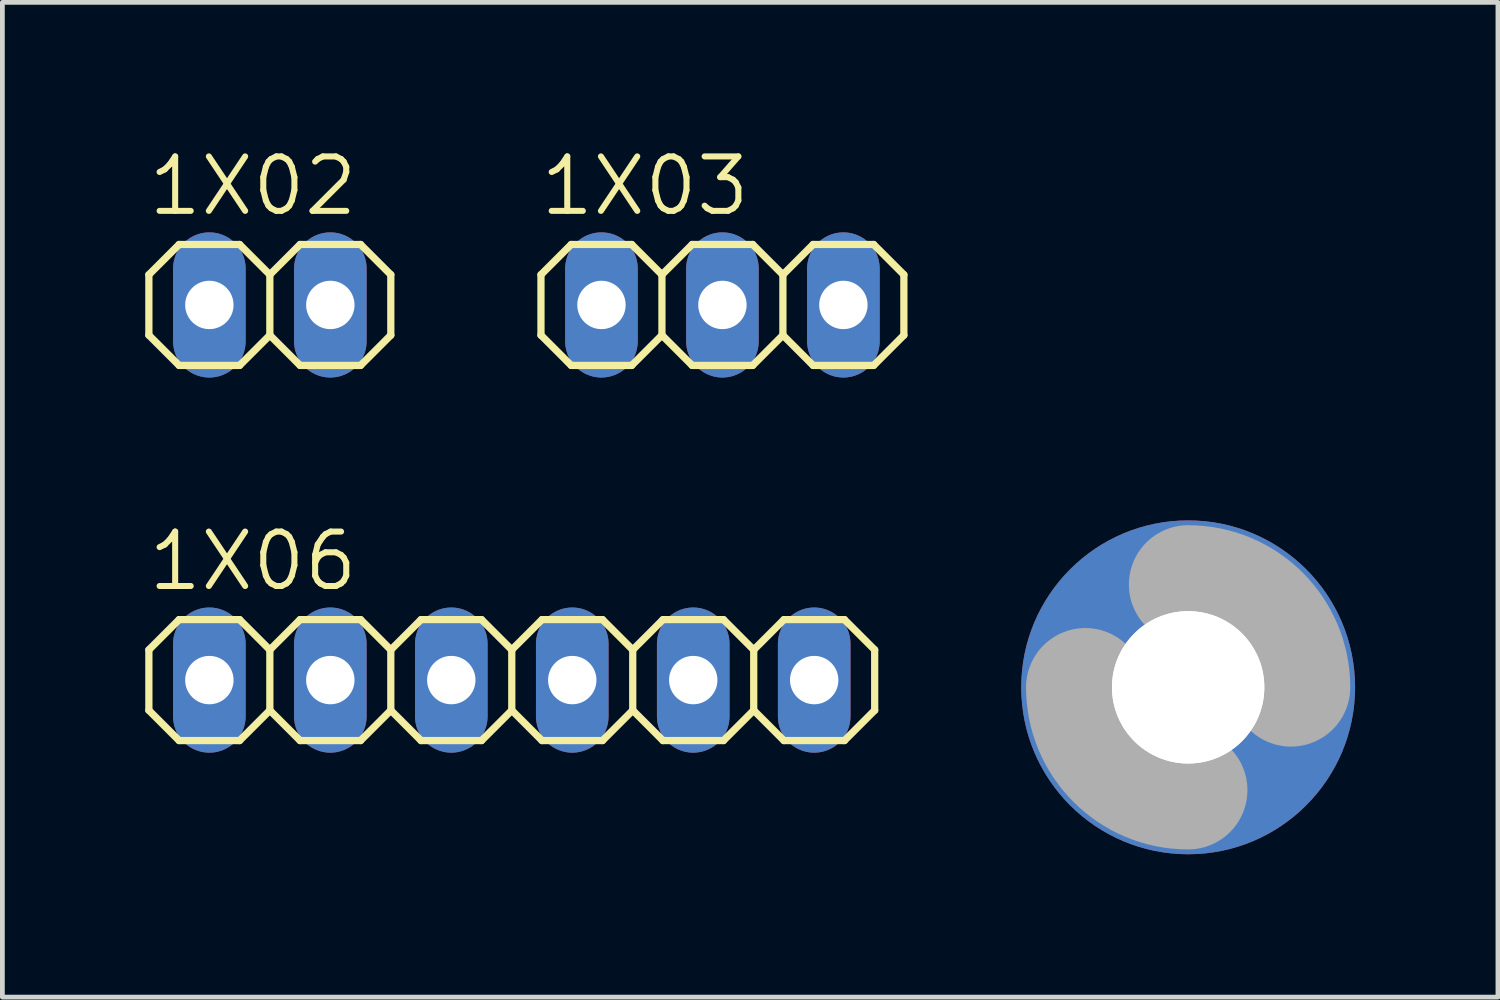
<source format=kicad_pcb>
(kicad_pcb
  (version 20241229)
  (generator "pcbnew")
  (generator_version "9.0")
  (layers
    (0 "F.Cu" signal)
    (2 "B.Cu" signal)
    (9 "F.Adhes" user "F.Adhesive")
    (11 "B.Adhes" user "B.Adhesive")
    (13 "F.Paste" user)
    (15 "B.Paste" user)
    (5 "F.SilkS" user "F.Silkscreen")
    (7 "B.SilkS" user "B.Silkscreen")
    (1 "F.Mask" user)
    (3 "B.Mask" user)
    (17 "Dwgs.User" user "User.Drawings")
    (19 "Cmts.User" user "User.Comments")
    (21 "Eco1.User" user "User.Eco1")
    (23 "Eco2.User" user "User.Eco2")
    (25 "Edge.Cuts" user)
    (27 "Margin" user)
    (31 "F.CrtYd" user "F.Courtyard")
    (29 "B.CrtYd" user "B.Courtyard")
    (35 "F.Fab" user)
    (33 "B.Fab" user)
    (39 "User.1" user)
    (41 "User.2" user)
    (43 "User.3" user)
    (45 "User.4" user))
  (footprint "1X03"
    (layer "F.Cu")
    (at 12.119 3.353)
    (property "Reference" "1X03" (at -3.886 -1.829 0) (layer "F.SilkS") (effects (font (size 1.143 1.143) (thickness 0.127)) (justify left bottom)))
    (fp_line (start -3.81 -0.635) (end -3.81 0.635) (stroke (width 0.152) (type solid)) (layer "F.SilkS"))
    (fp_line (start -3.81 0.635) (end -3.175 1.27) (stroke (width 0.152) (type solid)) (layer "F.SilkS"))
    (fp_line (start -3.175 -1.27) (end -3.81 -0.635) (stroke (width 0.152) (type solid)) (layer "F.SilkS"))
    (fp_line (start -3.175 -1.27) (end -1.905 -1.27) (stroke (width 0.152) (type solid)) (layer "F.SilkS"))
    (fp_line (start -1.905 -1.27) (end -1.27 -0.635) (stroke (width 0.152) (type solid)) (layer "F.SilkS"))
    (fp_line (start -1.905 1.27) (end -3.175 1.27) (stroke (width 0.152) (type solid)) (layer "F.SilkS"))
    (fp_line (start -1.27 -0.635) (end -1.27 0.635) (stroke (width 0.152) (type solid)) (layer "F.SilkS"))
    (fp_line (start -1.27 -0.635) (end -0.635 -1.27) (stroke (width 0.152) (type solid)) (layer "F.SilkS"))
    (fp_line (start -1.27 0.635) (end -1.905 1.27) (stroke (width 0.152) (type solid)) (layer "F.SilkS"))
    (fp_line (start -0.635 -1.27) (end 0.635 -1.27) (stroke (width 0.152) (type solid)) (layer "F.SilkS"))
    (fp_line (start -0.635 1.27) (end -1.27 0.635) (stroke (width 0.152) (type solid)) (layer "F.SilkS"))
    (fp_line (start 0.635 -1.27) (end 1.27 -0.635) (stroke (width 0.152) (type solid)) (layer "F.SilkS"))
    (fp_line (start 0.635 1.27) (end -0.635 1.27) (stroke (width 0.152) (type solid)) (layer "F.SilkS"))
    (fp_line (start 1.27 -0.635) (end 1.27 0.635) (stroke (width 0.152) (type solid)) (layer "F.SilkS"))
    (fp_line (start 1.27 -0.635) (end 1.905 -1.27) (stroke (width 0.152) (type solid)) (layer "F.SilkS"))
    (fp_line (start 1.27 0.635) (end 0.635 1.27) (stroke (width 0.152) (type solid)) (layer "F.SilkS"))
    (fp_line (start 1.905 -1.27) (end 3.175 -1.27) (stroke (width 0.152) (type solid)) (layer "F.SilkS"))
    (fp_line (start 1.905 1.27) (end 1.27 0.635) (stroke (width 0.152) (type solid)) (layer "F.SilkS"))
    (fp_line (start 3.175 -1.27) (end 3.81 -0.635) (stroke (width 0.152) (type solid)) (layer "F.SilkS"))
    (fp_line (start 3.175 1.27) (end 1.905 1.27) (stroke (width 0.152) (type solid)) (layer "F.SilkS"))
    (fp_line (start 3.81 -0.635) (end 3.81 0.635) (stroke (width 0.152) (type solid)) (layer "F.SilkS"))
    (fp_line (start 3.81 0.635) (end 3.175 1.27) (stroke (width 0.152) (type solid)) (layer "F.SilkS"))
    (fp_poly (pts (xy -2.794 0.254) (xy -2.286 0.254) (xy -2.286 -0.254) (xy -2.794 -0.254)) (stroke (width 0.1) (type default)) (fill no) (layer "F.Fab"))
    (fp_poly (pts (xy -0.254 0.254) (xy 0.254 0.254) (xy 0.254 -0.254) (xy -0.254 -0.254)) (stroke (width 0.1) (type default)) (fill no) (layer "F.Fab"))
    (fp_poly (pts (xy 2.286 0.254) (xy 2.794 0.254) (xy 2.794 -0.254) (xy 2.286 -0.254)) (stroke (width 0.1) (type default)) (fill no) (layer "F.Fab"))
    (pad "1" thru_hole oval (at -2.54 0 90) (size 3.048 1.524) (drill 1.016) (layers "*.Cu" "*.Mask"))
    (pad "2" thru_hole oval (at 0 0 90) (size 3.048 1.524) (drill 1.016) (layers "*.Cu" "*.Mask"))
    (pad "3" thru_hole oval (at 2.54 0 90) (size 3.048 1.524) (drill 1.016) (layers "*.Cu" "*.Mask")))
  (footprint "1X06"
    (layer "F.Cu")
    (at 7.696 11.23)
    (property "Reference" "1X06" (at -7.696 -1.829 0) (layer "F.SilkS") (effects (font (size 1.143 1.143) (thickness 0.127)) (justify left bottom)))
    (fp_line (start -7.62 -0.635) (end -7.62 0.635) (stroke (width 0.152) (type solid)) (layer "F.SilkS"))
    (fp_line (start -7.62 0.635) (end -6.985 1.27) (stroke (width 0.152) (type solid)) (layer "F.SilkS"))
    (fp_line (start -6.985 -1.27) (end -7.62 -0.635) (stroke (width 0.152) (type solid)) (layer "F.SilkS"))
    (fp_line (start -6.985 -1.27) (end -5.715 -1.27) (stroke (width 0.152) (type solid)) (layer "F.SilkS"))
    (fp_line (start -5.715 -1.27) (end -5.08 -0.635) (stroke (width 0.152) (type solid)) (layer "F.SilkS"))
    (fp_line (start -5.715 1.27) (end -6.985 1.27) (stroke (width 0.152) (type solid)) (layer "F.SilkS"))
    (fp_line (start -5.08 -0.635) (end -5.08 0.635) (stroke (width 0.152) (type solid)) (layer "F.SilkS"))
    (fp_line (start -5.08 -0.635) (end -4.445 -1.27) (stroke (width 0.152) (type solid)) (layer "F.SilkS"))
    (fp_line (start -5.08 0.635) (end -5.715 1.27) (stroke (width 0.152) (type solid)) (layer "F.SilkS"))
    (fp_line (start -4.445 -1.27) (end -3.175 -1.27) (stroke (width 0.152) (type solid)) (layer "F.SilkS"))
    (fp_line (start -4.445 1.27) (end -5.08 0.635) (stroke (width 0.152) (type solid)) (layer "F.SilkS"))
    (fp_line (start -3.175 -1.27) (end -2.54 -0.635) (stroke (width 0.152) (type solid)) (layer "F.SilkS"))
    (fp_line (start -3.175 1.27) (end -4.445 1.27) (stroke (width 0.152) (type solid)) (layer "F.SilkS"))
    (fp_line (start -2.54 -0.635) (end -2.54 0.635) (stroke (width 0.152) (type solid)) (layer "F.SilkS"))
    (fp_line (start -2.54 -0.635) (end -1.905 -1.27) (stroke (width 0.152) (type solid)) (layer "F.SilkS"))
    (fp_line (start -2.54 0.635) (end -3.175 1.27) (stroke (width 0.152) (type solid)) (layer "F.SilkS"))
    (fp_line (start -1.905 -1.27) (end -0.635 -1.27) (stroke (width 0.152) (type solid)) (layer "F.SilkS"))
    (fp_line (start -1.905 1.27) (end -2.54 0.635) (stroke (width 0.152) (type solid)) (layer "F.SilkS"))
    (fp_line (start -0.635 -1.27) (end 0 -0.635) (stroke (width 0.152) (type solid)) (layer "F.SilkS"))
    (fp_line (start -0.635 1.27) (end -1.905 1.27) (stroke (width 0.152) (type solid)) (layer "F.SilkS"))
    (fp_line (start 0 -0.635) (end 0 0.635) (stroke (width 0.152) (type solid)) (layer "F.SilkS"))
    (fp_line (start 0 0.635) (end -0.635 1.27) (stroke (width 0.152) (type solid)) (layer "F.SilkS"))
    (fp_line (start 0 0.635) (end 0.635 1.27) (stroke (width 0.152) (type solid)) (layer "F.SilkS"))
    (fp_line (start 0.635 -1.27) (end 0 -0.635) (stroke (width 0.152) (type solid)) (layer "F.SilkS"))
    (fp_line (start 0.635 -1.27) (end 1.905 -1.27) (stroke (width 0.152) (type solid)) (layer "F.SilkS"))
    (fp_line (start 1.905 -1.27) (end 2.54 -0.635) (stroke (width 0.152) (type solid)) (layer "F.SilkS"))
    (fp_line (start 1.905 1.27) (end 0.635 1.27) (stroke (width 0.152) (type solid)) (layer "F.SilkS"))
    (fp_line (start 2.54 -0.635) (end 2.54 0.635) (stroke (width 0.152) (type solid)) (layer "F.SilkS"))
    (fp_line (start 2.54 -0.635) (end 3.175 -1.27) (stroke (width 0.152) (type solid)) (layer "F.SilkS"))
    (fp_line (start 2.54 0.635) (end 1.905 1.27) (stroke (width 0.152) (type solid)) (layer "F.SilkS"))
    (fp_line (start 3.175 -1.27) (end 4.445 -1.27) (stroke (width 0.152) (type solid)) (layer "F.SilkS"))
    (fp_line (start 3.175 1.27) (end 2.54 0.635) (stroke (width 0.152) (type solid)) (layer "F.SilkS"))
    (fp_line (start 4.445 -1.27) (end 5.08 -0.635) (stroke (width 0.152) (type solid)) (layer "F.SilkS"))
    (fp_line (start 4.445 1.27) (end 3.175 1.27) (stroke (width 0.152) (type solid)) (layer "F.SilkS"))
    (fp_line (start 5.08 -0.635) (end 5.08 0.635) (stroke (width 0.152) (type solid)) (layer "F.SilkS"))
    (fp_line (start 5.08 0.635) (end 4.445 1.27) (stroke (width 0.152) (type solid)) (layer "F.SilkS"))
    (fp_line (start 5.08 0.635) (end 5.715 1.27) (stroke (width 0.152) (type solid)) (layer "F.SilkS"))
    (fp_line (start 5.715 -1.27) (end 5.08 -0.635) (stroke (width 0.152) (type solid)) (layer "F.SilkS"))
    (fp_line (start 5.715 -1.27) (end 6.985 -1.27) (stroke (width 0.152) (type solid)) (layer "F.SilkS"))
    (fp_line (start 6.985 -1.27) (end 7.62 -0.635) (stroke (width 0.152) (type solid)) (layer "F.SilkS"))
    (fp_line (start 6.985 1.27) (end 5.715 1.27) (stroke (width 0.152) (type solid)) (layer "F.SilkS"))
    (fp_line (start 7.62 -0.635) (end 7.62 0.635) (stroke (width 0.152) (type solid)) (layer "F.SilkS"))
    (fp_line (start 7.62 0.635) (end 6.985 1.27) (stroke (width 0.152) (type solid)) (layer "F.SilkS"))
    (fp_poly (pts (xy -6.604 0.254) (xy -6.096 0.254) (xy -6.096 -0.254) (xy -6.604 -0.254)) (stroke (width 0.1) (type default)) (fill no) (layer "F.Fab"))
    (fp_poly (pts (xy -4.064 0.254) (xy -3.556 0.254) (xy -3.556 -0.254) (xy -4.064 -0.254)) (stroke (width 0.1) (type default)) (fill no) (layer "F.Fab"))
    (fp_poly (pts (xy -1.524 0.254) (xy -1.016 0.254) (xy -1.016 -0.254) (xy -1.524 -0.254)) (stroke (width 0.1) (type default)) (fill no) (layer "F.Fab"))
    (fp_poly (pts (xy 1.016 0.254) (xy 1.524 0.254) (xy 1.524 -0.254) (xy 1.016 -0.254)) (stroke (width 0.1) (type default)) (fill no) (layer "F.Fab"))
    (fp_poly (pts (xy 3.556 0.254) (xy 4.064 0.254) (xy 4.064 -0.254) (xy 3.556 -0.254)) (stroke (width 0.1) (type default)) (fill no) (layer "F.Fab"))
    (fp_poly (pts (xy 6.096 0.254) (xy 6.604 0.254) (xy 6.604 -0.254) (xy 6.096 -0.254)) (stroke (width 0.1) (type default)) (fill no) (layer "F.Fab"))
    (pad "1" thru_hole oval (at -6.35 0 90) (size 3.048 1.524) (drill 1.016) (layers "*.Cu" "*.Mask"))
    (pad "2" thru_hole oval (at -3.81 0 90) (size 3.048 1.524) (drill 1.016) (layers "*.Cu" "*.Mask"))
    (pad "3" thru_hole oval (at -1.27 0 90) (size 3.048 1.524) (drill 1.016) (layers "*.Cu" "*.Mask"))
    (pad "4" thru_hole oval (at 1.27 0 90) (size 3.048 1.524) (drill 1.016) (layers "*.Cu" "*.Mask"))
    (pad "5" thru_hole oval (at 3.81 0 90) (size 3.048 1.524) (drill 1.016) (layers "*.Cu" "*.Mask"))
    (pad "6" thru_hole oval (at 6.35 0 90) (size 3.048 1.524) (drill 1.016) (layers "*.Cu" "*.Mask")))
  (footprint "1X02"
    (layer "F.Cu")
    (at 2.616 3.353)
    (property "Reference" "1X02" (at -2.616 -1.829 0) (layer "F.SilkS") (effects (font (size 1.143 1.143) (thickness 0.127)) (justify left bottom)))
    (fp_line (start -2.54 -0.635) (end -2.54 0.635) (stroke (width 0.152) (type solid)) (layer "F.SilkS"))
    (fp_line (start -2.54 0.635) (end -1.905 1.27) (stroke (width 0.152) (type solid)) (layer "F.SilkS"))
    (fp_line (start -1.905 -1.27) (end -2.54 -0.635) (stroke (width 0.152) (type solid)) (layer "F.SilkS"))
    (fp_line (start -1.905 -1.27) (end -0.635 -1.27) (stroke (width 0.152) (type solid)) (layer "F.SilkS"))
    (fp_line (start -0.635 -1.27) (end 0 -0.635) (stroke (width 0.152) (type solid)) (layer "F.SilkS"))
    (fp_line (start -0.635 1.27) (end -1.905 1.27) (stroke (width 0.152) (type solid)) (layer "F.SilkS"))
    (fp_line (start 0 -0.635) (end 0 0.635) (stroke (width 0.152) (type solid)) (layer "F.SilkS"))
    (fp_line (start 0 -0.635) (end 0.635 -1.27) (stroke (width 0.152) (type solid)) (layer "F.SilkS"))
    (fp_line (start 0 0.635) (end -0.635 1.27) (stroke (width 0.152) (type solid)) (layer "F.SilkS"))
    (fp_line (start 0.635 -1.27) (end 1.905 -1.27) (stroke (width 0.152) (type solid)) (layer "F.SilkS"))
    (fp_line (start 0.635 1.27) (end 0 0.635) (stroke (width 0.152) (type solid)) (layer "F.SilkS"))
    (fp_line (start 1.905 -1.27) (end 2.54 -0.635) (stroke (width 0.152) (type solid)) (layer "F.SilkS"))
    (fp_line (start 1.905 1.27) (end 0.635 1.27) (stroke (width 0.152) (type solid)) (layer "F.SilkS"))
    (fp_line (start 2.54 -0.635) (end 2.54 0.635) (stroke (width 0.152) (type solid)) (layer "F.SilkS"))
    (fp_line (start 2.54 0.635) (end 1.905 1.27) (stroke (width 0.152) (type solid)) (layer "F.SilkS"))
    (fp_poly (pts (xy -1.524 0.254) (xy -1.016 0.254) (xy -1.016 -0.254) (xy -1.524 -0.254)) (stroke (width 0.1) (type default)) (fill no) (layer "F.Fab"))
    (fp_poly (pts (xy 1.016 0.254) (xy 1.524 0.254) (xy 1.524 -0.254) (xy 1.016 -0.254)) (stroke (width 0.1) (type default)) (fill no) (layer "F.Fab"))
    (pad "1" thru_hole oval (at -1.27 0 90) (size 3.048 1.524) (drill 1.016) (layers "*.Cu" "*.Mask"))
    (pad "2" thru_hole oval (at 1.27 0 90) (size 3.048 1.524) (drill 1.016) (layers "*.Cu" "*.Mask")))
  (footprint "3,2"
    (layer "F.Cu")
    (at 21.898 11.382)
    (property "Reference" "3,2" (at 0 0 0) (layer "F.SilkS") (effects (font (size 1.27 1.27) (thickness 0.15))))
    (fp_arc (start 0 -2.159) (mid 1.526644 -1.526644) (end 2.159 0) (stroke (width 2.4892) (type solid)) (layer "F.Fab"))
    (fp_arc (start 0 2.159) (mid -1.526644 1.526644) (end -2.159 0) (stroke (width 2.4892) (type solid)) (layer "F.Fab"))
    (fp_circle (center 0 0) (end 0.762 0) (stroke (width 0.457) (type solid)) (fill no) (layer "F.Fab"))
    (pad "" np_thru_hole circle (at 0 0) (size 3.2 3.2) (drill 3.2) (layers "*.Cu" "*.Mask"))
    (pad "P$1" thru_hole circle (at 0 0) (size 7.01 7.01) (drill 3.197) (layers "*.Cu" "*.Mask")))
  (gr_rect
    (start -3 -3)
    (end 28.403 17.887)
    (stroke (width 0.1) (type default))
    (fill no)
    (layer "Edge.Cuts")))
</source>
